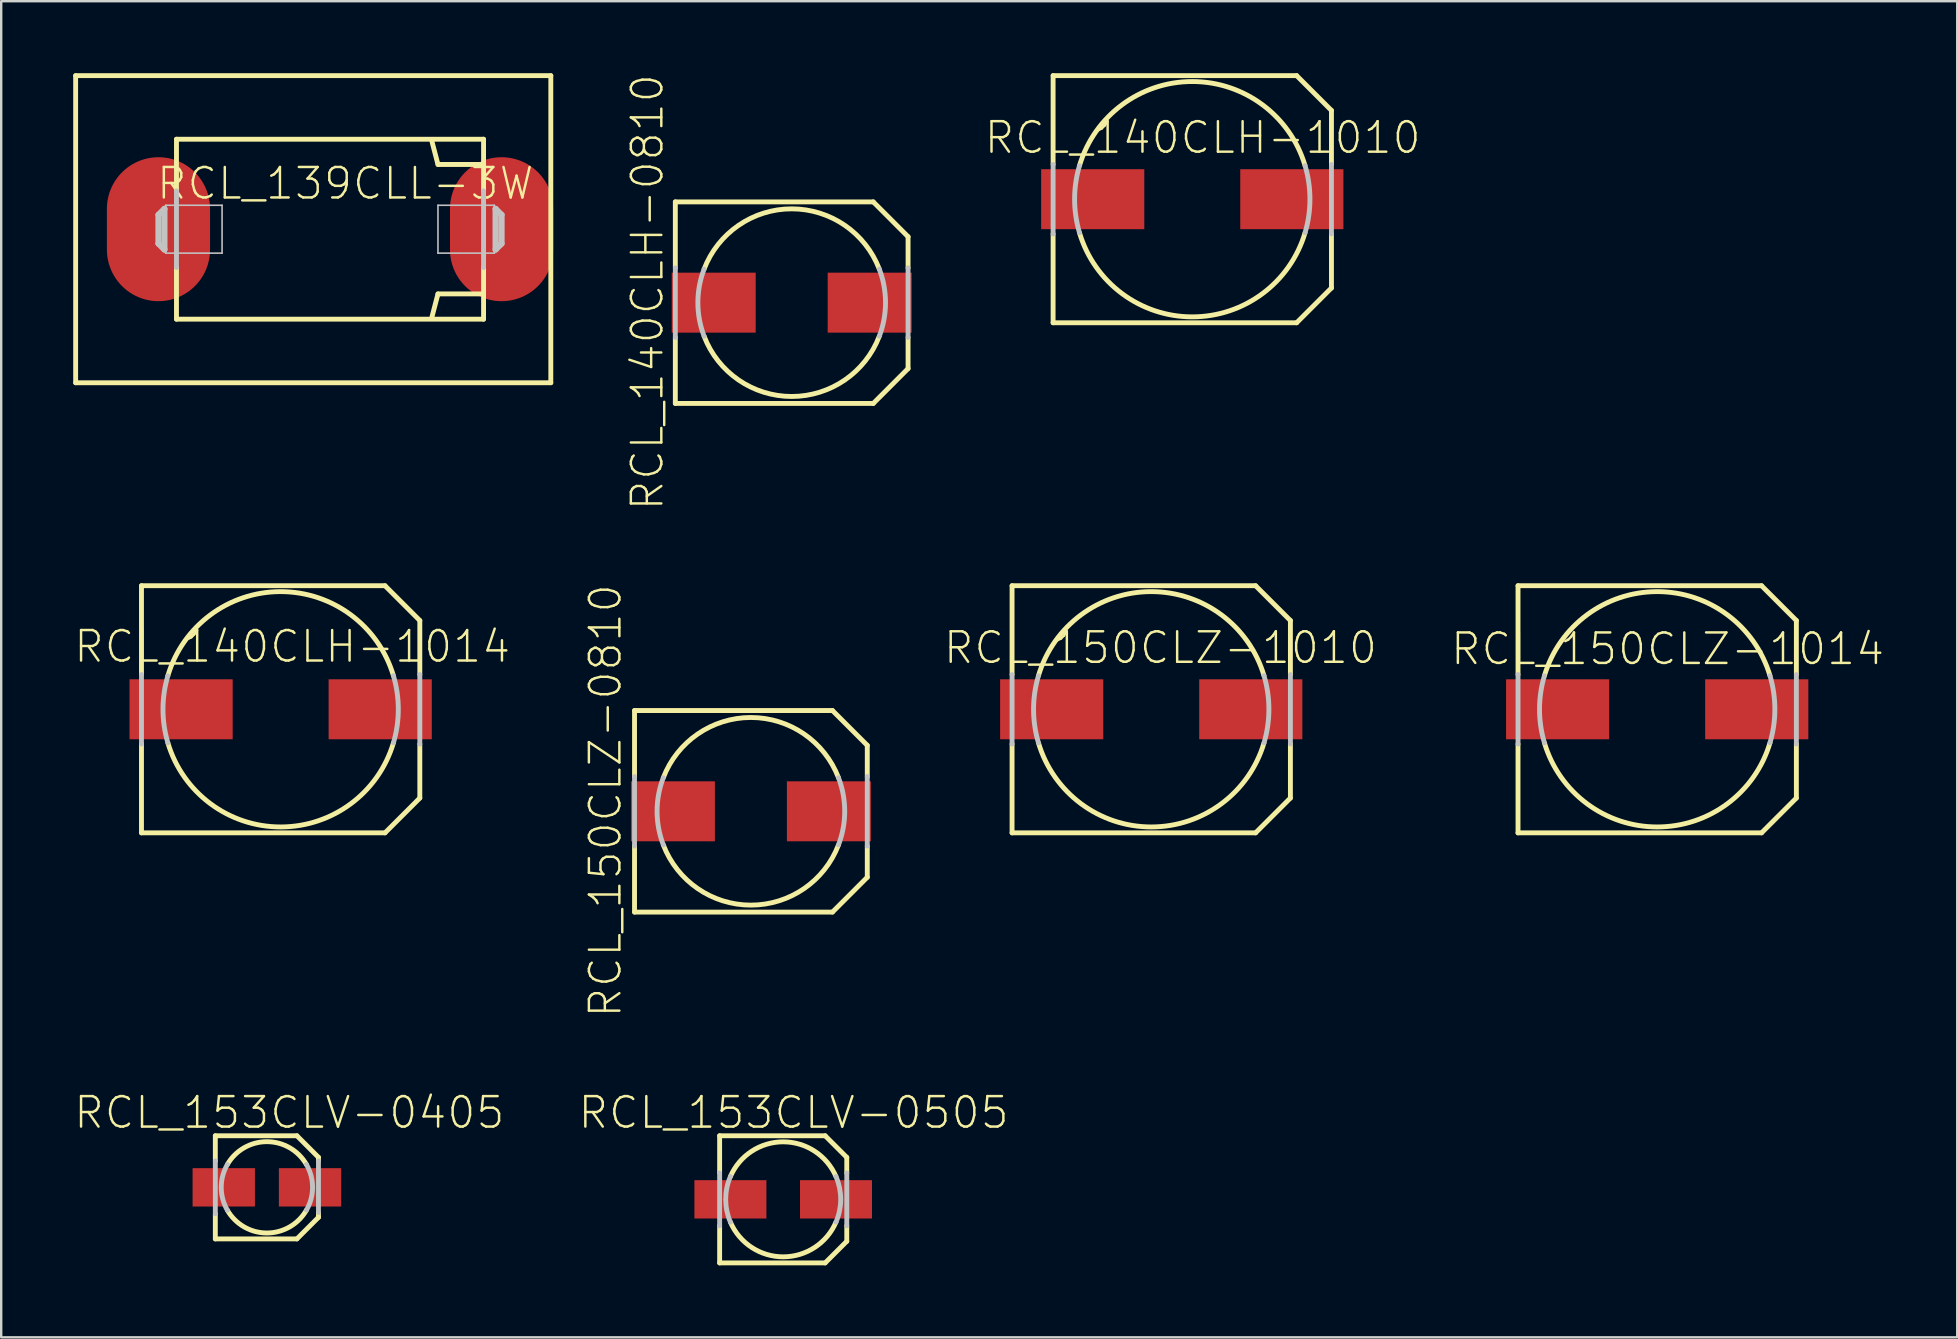
<source format=kicad_pcb>
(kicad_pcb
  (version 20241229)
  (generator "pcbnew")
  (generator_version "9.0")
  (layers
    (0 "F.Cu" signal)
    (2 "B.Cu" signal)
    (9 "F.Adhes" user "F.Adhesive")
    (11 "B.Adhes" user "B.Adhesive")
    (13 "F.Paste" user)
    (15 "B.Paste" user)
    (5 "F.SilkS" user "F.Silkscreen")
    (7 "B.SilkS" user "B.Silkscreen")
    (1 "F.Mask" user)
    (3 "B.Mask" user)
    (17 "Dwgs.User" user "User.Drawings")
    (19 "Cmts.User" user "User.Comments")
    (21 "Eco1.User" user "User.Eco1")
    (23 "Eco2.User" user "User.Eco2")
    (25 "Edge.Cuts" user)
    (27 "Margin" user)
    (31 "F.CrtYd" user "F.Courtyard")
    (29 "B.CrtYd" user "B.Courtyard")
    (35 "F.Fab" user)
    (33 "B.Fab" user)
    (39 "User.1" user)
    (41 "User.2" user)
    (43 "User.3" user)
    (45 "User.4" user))
  (footprint "RCL_150CLZ-0810"
    (layer "F.Cu")
    (at 28.238 30.755)
    (property "Reference" "RCL_150CLZ-0810" (at -6.063 -0.434 90) (layer "F.SilkS") (effects (font (size 1.27 1.27) (thickness 0.102))))
    (attr smd)
    (fp_line (start -4.849 -4.199) (end 3.399 -4.199) (stroke (width 0.203) (type solid)) (layer "F.SilkS"))
    (fp_line (start -4.849 -1.448) (end -4.849 -4.199) (stroke (width 0.203) (type solid)) (layer "F.SilkS"))
    (fp_line (start -4.849 4.199) (end -4.849 1.448) (stroke (width 0.203) (type solid)) (layer "F.SilkS"))
    (fp_line (start 3.399 4.199) (end -4.849 4.199) (stroke (width 0.203) (type solid)) (layer "F.SilkS"))
    (fp_line (start 4.849 -2.748) (end 3.399 -4.199) (stroke (width 0.203) (type solid)) (layer "F.SilkS"))
    (fp_line (start 4.849 -2.748) (end 4.849 -1.448) (stroke (width 0.203) (type solid)) (layer "F.SilkS"))
    (fp_line (start 4.849 1.448) (end 4.849 2.748) (stroke (width 0.203) (type solid)) (layer "F.SilkS"))
    (fp_line (start 4.849 2.748) (end 3.399 4.199) (stroke (width 0.203) (type solid)) (layer "F.SilkS"))
    (fp_arc (start -3.64998 -1.39954) (mid -0.001452 -3.9091) (end 3.648939 -1.402252) (stroke (width 0.2032) (type solid)) (layer "F.SilkS"))
    (fp_arc (start 3.64998 1.39954) (mid 0.001452 3.9091) (end -3.648939 1.402252) (stroke (width 0.2032) (type solid)) (layer "F.SilkS"))
    (fp_line (start -4.849 1.448) (end -4.849 -1.448) (stroke (width 0.203) (type solid)) (layer "Dwgs.User"))
    (fp_line (start 4.849 -1.448) (end 4.849 1.448) (stroke (width 0.203) (type solid)) (layer "Dwgs.User"))
    (fp_arc (start -3.64998 1.39954) (mid -3.9091 0.001959) (end -3.651381 -1.395882) (stroke (width 0.2032) (type solid)) (layer "Dwgs.User"))
    (fp_arc (start 3.64998 -1.39954) (mid 3.9091 -0.001959) (end 3.651381 1.395882) (stroke (width 0.2032) (type solid)) (layer "Dwgs.User"))
    (pad "+" smd rect (at 3.249 0) (size 3.498 2.499) (layers "F.Cu" "F.Mask" "F.Paste"))
    (pad "-" smd rect (at -3.249 0) (size 3.498 2.499) (layers "F.Cu" "F.Mask" "F.Paste")))
  (footprint "RCL_140CLH-1014"
    (layer "F.Cu")
    (at 8.644 26.504)
    (property "Reference" "RCL_140CLH-1014" (at 0.483 -2.614 0) (layer "F.SilkS") (effects (font (size 1.27 1.27) (thickness 0.102))))
    (attr smd)
    (fp_line (start -5.799 -5.149) (end 4.348 -5.149) (stroke (width 0.203) (type solid)) (layer "F.SilkS"))
    (fp_line (start -5.799 -1.448) (end -5.799 -5.149) (stroke (width 0.203) (type solid)) (layer "F.SilkS"))
    (fp_line (start -5.799 5.149) (end -5.799 1.448) (stroke (width 0.203) (type solid)) (layer "F.SilkS"))
    (fp_line (start 4.348 5.149) (end -5.799 5.149) (stroke (width 0.203) (type solid)) (layer "F.SilkS"))
    (fp_line (start 5.799 -3.698) (end 4.348 -5.149) (stroke (width 0.203) (type solid)) (layer "F.SilkS"))
    (fp_line (start 5.799 -3.698) (end 5.799 -1.448) (stroke (width 0.203) (type solid)) (layer "F.SilkS"))
    (fp_line (start 5.799 1.448) (end 5.799 3.698) (stroke (width 0.203) (type solid)) (layer "F.SilkS"))
    (fp_line (start 5.799 3.698) (end 4.348 5.149) (stroke (width 0.203) (type solid)) (layer "F.SilkS"))
    (fp_arc (start -4.699 -1.39954) (mid -0.001239 -4.90299) (end 4.698292 -1.401914) (stroke (width 0.2032) (type solid)) (layer "F.SilkS"))
    (fp_arc (start 4.699 1.39954) (mid 0.001239 4.90299) (end -4.698292 1.401914) (stroke (width 0.2032) (type solid)) (layer "F.SilkS"))
    (fp_line (start -5.799 1.448) (end -5.799 -1.448) (stroke (width 0.203) (type solid)) (layer "Dwgs.User"))
    (fp_line (start 5.799 -1.448) (end 5.799 1.448) (stroke (width 0.203) (type solid)) (layer "Dwgs.User"))
    (fp_arc (start -4.699 1.39954) (mid -4.902989 0.00304) (end -4.700732 -1.393712) (stroke (width 0.2032) (type solid)) (layer "Dwgs.User"))
    (fp_arc (start 4.699 -1.39954) (mid 4.902989 -0.00304) (end 4.700732 1.393712) (stroke (width 0.2032) (type solid)) (layer "Dwgs.User"))
    (pad "+" smd rect (at 4.148 0) (size 4.298 2.499) (layers "F.Cu" "F.Mask" "F.Paste"))
    (pad "-" smd rect (at -4.148 0) (size 4.298 2.499) (layers "F.Cu" "F.Mask" "F.Paste")))
  (footprint "RCL_139CLL-3W"
    (layer "F.Cu")
    (at 10.701 6.5)
    (property "Reference" "RCL_139CLL-3W" (at 0.635 -1.905 0) (layer "F.SilkS") (effects (font (size 1.27 1.27) (thickness 0.102))))
    (attr smd)
    (fp_line (start -10.599 -6.398) (end -10.599 6.398) (stroke (width 0.203) (type solid)) (layer "F.SilkS"))
    (fp_line (start -10.599 6.398) (end 9.2 6.398) (stroke (width 0.203) (type solid)) (layer "F.SilkS"))
    (fp_line (start -6.398 -3.749) (end 6.398 -3.749) (stroke (width 0.203) (type solid)) (layer "F.SilkS"))
    (fp_line (start -6.398 -1.598) (end -6.398 -3.749) (stroke (width 0.203) (type solid)) (layer "F.SilkS"))
    (fp_line (start -6.398 3.749) (end -6.398 1.598) (stroke (width 0.203) (type solid)) (layer "F.SilkS"))
    (fp_line (start 4.498 -2.697) (end 4.249 -3.65) (stroke (width 0.203) (type solid)) (layer "F.SilkS"))
    (fp_line (start 4.498 2.697) (end 4.249 3.65) (stroke (width 0.203) (type solid)) (layer "F.SilkS"))
    (fp_line (start 6.35 -2.697) (end 4.498 -2.697) (stroke (width 0.203) (type solid)) (layer "F.SilkS"))
    (fp_line (start 6.35 2.697) (end 4.498 2.697) (stroke (width 0.203) (type solid)) (layer "F.SilkS"))
    (fp_line (start 6.398 -3.749) (end 6.398 -1.598) (stroke (width 0.203) (type solid)) (layer "F.SilkS"))
    (fp_line (start 6.398 1.598) (end 6.398 3.749) (stroke (width 0.203) (type solid)) (layer "F.SilkS"))
    (fp_line (start 6.398 3.749) (end -6.398 3.749) (stroke (width 0.203) (type solid)) (layer "F.SilkS"))
    (fp_line (start 9.2 -6.398) (end -10.599 -6.398) (stroke (width 0.203) (type solid)) (layer "F.SilkS"))
    (fp_line (start 9.2 6.398) (end 9.2 -6.398) (stroke (width 0.203) (type solid)) (layer "F.SilkS"))
    (fp_line (start -7.148 -0.599) (end -6.899 -0.848) (stroke (width 0.254) (type solid)) (layer "Dwgs.User"))
    (fp_line (start -7.148 0.599) (end -7.148 -0.599) (stroke (width 0.254) (type solid)) (layer "Dwgs.User"))
    (fp_line (start -6.899 -0.848) (end -6.899 0.848) (stroke (width 0.254) (type solid)) (layer "Dwgs.User"))
    (fp_line (start -6.899 0.848) (end -7.148 0.599) (stroke (width 0.254) (type solid)) (layer "Dwgs.User"))
    (fp_line (start -6.848 -0.998) (end -4.498 -0.998) (stroke (width 0.066) (type solid)) (layer "Dwgs.User"))
    (fp_line (start -6.848 0.998) (end -6.848 -0.998) (stroke (width 0.066) (type solid)) (layer "Dwgs.User"))
    (fp_line (start -6.848 0.998) (end -4.498 0.998) (stroke (width 0.066) (type solid)) (layer "Dwgs.User"))
    (fp_line (start -6.398 1.598) (end -6.398 -1.598) (stroke (width 0.203) (type solid)) (layer "Dwgs.User"))
    (fp_line (start -4.498 0.998) (end -4.498 -0.998) (stroke (width 0.066) (type solid)) (layer "Dwgs.User"))
    (fp_line (start 4.498 -0.998) (end 6.848 -0.998) (stroke (width 0.066) (type solid)) (layer "Dwgs.User"))
    (fp_line (start 4.498 0.998) (end 4.498 -0.998) (stroke (width 0.066) (type solid)) (layer "Dwgs.User"))
    (fp_line (start 4.498 0.998) (end 6.848 0.998) (stroke (width 0.066) (type solid)) (layer "Dwgs.User"))
    (fp_line (start 6.398 -1.598) (end 6.398 1.598) (stroke (width 0.203) (type solid)) (layer "Dwgs.User"))
    (fp_line (start 6.848 0.998) (end 6.848 -0.998) (stroke (width 0.066) (type solid)) (layer "Dwgs.User"))
    (fp_line (start 6.899 -0.848) (end 7.148 -0.599) (stroke (width 0.254) (type solid)) (layer "Dwgs.User"))
    (fp_line (start 6.899 0.848) (end 6.899 -0.848) (stroke (width 0.254) (type solid)) (layer "Dwgs.User"))
    (fp_line (start 7.148 -0.599) (end 7.148 0.599) (stroke (width 0.254) (type solid)) (layer "Dwgs.User"))
    (fp_line (start 7.148 0.599) (end 6.899 0.848) (stroke (width 0.254) (type solid)) (layer "Dwgs.User"))
    (pad "+" smd oval (at 7.148 0) (size 4.298 5.999) (layers "F.Cu" "F.Mask" "F.Paste"))
    (pad "-" smd oval (at -7.148 0) (size 4.298 5.999) (layers "F.Cu" "F.Mask" "F.Paste")))
  (footprint "RCL_153CLV-0505"
    (layer "F.Cu")
    (at 29.584 46.923)
    (property "Reference" "RCL_153CLV-0505" (at 0.434 -3.614 0) (layer "F.SilkS") (effects (font (size 1.27 1.27) (thickness 0.102))))
    (attr smd)
    (fp_line (start -2.649 -2.649) (end 1.748 -2.649) (stroke (width 0.203) (type solid)) (layer "F.SilkS"))
    (fp_line (start -2.649 -1.1) (end -2.649 -2.649) (stroke (width 0.203) (type solid)) (layer "F.SilkS"))
    (fp_line (start -2.649 2.649) (end -2.649 1.1) (stroke (width 0.203) (type solid)) (layer "F.SilkS"))
    (fp_line (start 1.748 -2.649) (end 2.649 -1.748) (stroke (width 0.203) (type solid)) (layer "F.SilkS"))
    (fp_line (start 1.748 2.649) (end -2.649 2.649) (stroke (width 0.203) (type solid)) (layer "F.SilkS"))
    (fp_line (start 2.649 -1.748) (end 2.649 -1.1) (stroke (width 0.203) (type solid)) (layer "F.SilkS"))
    (fp_line (start 2.649 1.1) (end 2.649 1.748) (stroke (width 0.203) (type solid)) (layer "F.SilkS"))
    (fp_line (start 2.649 1.748) (end 1.748 2.649) (stroke (width 0.203) (type solid)) (layer "F.SilkS"))
    (fp_arc (start -2.19964 -0.94996) (mid -0.001752 -2.396004) (end 2.198248 -0.953176) (stroke (width 0.2032) (type solid)) (layer "F.SilkS"))
    (fp_arc (start 2.19964 0.94996) (mid 0.001752 2.396004) (end -2.198248 0.953176) (stroke (width 0.2032) (type solid)) (layer "F.SilkS"))
    (fp_line (start -2.649 1.1) (end -2.649 -1.1) (stroke (width 0.203) (type solid)) (layer "Dwgs.User"))
    (fp_line (start 2.649 -1.1) (end 2.649 1.1) (stroke (width 0.203) (type solid)) (layer "Dwgs.User"))
    (fp_arc (start -2.19964 0.94996) (mid -2.396005 0.000339) (end -2.199908 -0.949338) (stroke (width 0.2032) (type solid)) (layer "Dwgs.User"))
    (fp_arc (start 2.19964 -0.94996) (mid 2.396005 -0.000339) (end 2.199908 0.949338) (stroke (width 0.2032) (type solid)) (layer "Dwgs.User"))
    (pad "+" smd rect (at 2.2 0) (size 3 1.598) (layers "F.Cu" "F.Mask" "F.Paste"))
    (pad "-" smd rect (at -2.2 0) (size 3 1.598) (layers "F.Cu" "F.Mask" "F.Paste")))
  (footprint "RCL_140CLH-1010"
    (layer "F.Cu")
    (at 46.629 5.25)
    (property "Reference" "RCL_140CLH-1010" (at 0.434 -2.563 0) (layer "F.SilkS") (effects (font (size 1.27 1.27) (thickness 0.102))))
    (attr smd)
    (fp_line (start -5.799 -5.149) (end 4.348 -5.149) (stroke (width 0.203) (type solid)) (layer "F.SilkS"))
    (fp_line (start -5.799 -1.448) (end -5.799 -5.149) (stroke (width 0.203) (type solid)) (layer "F.SilkS"))
    (fp_line (start -5.799 5.149) (end -5.799 1.448) (stroke (width 0.203) (type solid)) (layer "F.SilkS"))
    (fp_line (start 4.348 5.149) (end -5.799 5.149) (stroke (width 0.203) (type solid)) (layer "F.SilkS"))
    (fp_line (start 5.799 -3.698) (end 4.348 -5.149) (stroke (width 0.203) (type solid)) (layer "F.SilkS"))
    (fp_line (start 5.799 -3.698) (end 5.799 -1.448) (stroke (width 0.203) (type solid)) (layer "F.SilkS"))
    (fp_line (start 5.799 1.448) (end 5.799 3.698) (stroke (width 0.203) (type solid)) (layer "F.SilkS"))
    (fp_line (start 5.799 3.698) (end 4.348 5.149) (stroke (width 0.203) (type solid)) (layer "F.SilkS"))
    (fp_arc (start -4.699 -1.39954) (mid -0.001239 -4.90299) (end 4.698292 -1.401914) (stroke (width 0.2032) (type solid)) (layer "F.SilkS"))
    (fp_arc (start 4.699 1.39954) (mid 0.001239 4.90299) (end -4.698292 1.401914) (stroke (width 0.2032) (type solid)) (layer "F.SilkS"))
    (fp_line (start -5.799 1.448) (end -5.799 -1.448) (stroke (width 0.203) (type solid)) (layer "Dwgs.User"))
    (fp_line (start 5.799 -1.448) (end 5.799 1.448) (stroke (width 0.203) (type solid)) (layer "Dwgs.User"))
    (fp_arc (start -4.699 1.39954) (mid -4.902989 0.00304) (end -4.700732 -1.393712) (stroke (width 0.2032) (type solid)) (layer "Dwgs.User"))
    (fp_arc (start 4.699 -1.39954) (mid 4.902989 -0.00304) (end 4.700732 1.393712) (stroke (width 0.2032) (type solid)) (layer "Dwgs.User"))
    (pad "+" smd rect (at 4.148 0) (size 4.298 2.499) (layers "F.Cu" "F.Mask" "F.Paste"))
    (pad "-" smd rect (at -4.148 0) (size 4.298 2.499) (layers "F.Cu" "F.Mask" "F.Paste")))
  (footprint "RCL_153CLV-0405"
    (layer "F.Cu")
    (at 8.071 46.423)
    (property "Reference" "RCL_153CLV-0405" (at 0.935 -3.114 0) (layer "F.SilkS") (effects (font (size 1.27 1.27) (thickness 0.102))))
    (attr smd)
    (fp_line (start -2.149 -2.149) (end 1.25 -2.149) (stroke (width 0.203) (type solid)) (layer "F.SilkS"))
    (fp_line (start -2.149 -1.1) (end -2.149 -2.149) (stroke (width 0.203) (type solid)) (layer "F.SilkS"))
    (fp_line (start -2.149 2.149) (end -2.149 1.1) (stroke (width 0.203) (type solid)) (layer "F.SilkS"))
    (fp_line (start 1.25 -2.149) (end 2.149 -1.25) (stroke (width 0.203) (type solid)) (layer "F.SilkS"))
    (fp_line (start 1.25 2.149) (end -2.149 2.149) (stroke (width 0.203) (type solid)) (layer "F.SilkS"))
    (fp_line (start 2.149 -1.25) (end 2.149 -1.1) (stroke (width 0.203) (type solid)) (layer "F.SilkS"))
    (fp_line (start 2.149 1.049) (end 2.149 1.25) (stroke (width 0.203) (type solid)) (layer "F.SilkS"))
    (fp_line (start 2.149 1.25) (end 1.25 2.149) (stroke (width 0.203) (type solid)) (layer "F.SilkS"))
    (fp_arc (start -1.64846 -0.94996) (mid 0.00012 -1.902589) (end 1.64858 -0.949752) (stroke (width 0.2032) (type solid)) (layer "F.SilkS"))
    (fp_arc (start 1.64846 0.94996) (mid -0.00012 1.902589) (end -1.64858 0.949752) (stroke (width 0.2032) (type solid)) (layer "F.SilkS"))
    (fp_line (start -2.149 1.1) (end -2.149 -1.1) (stroke (width 0.203) (type solid)) (layer "Dwgs.User"))
    (fp_line (start 2.149 -1.1) (end 2.149 1.049) (stroke (width 0.203) (type solid)) (layer "Dwgs.User"))
    (fp_arc (start -1.64846 0.94996) (mid -1.902588 0.00178) (end -1.650235 -0.946874) (stroke (width 0.2032) (type solid)) (layer "Dwgs.User"))
    (fp_arc (start 1.64846 -0.94996) (mid 1.902588 -0.00178) (end 1.650235 0.946874) (stroke (width 0.2032) (type solid)) (layer "Dwgs.User"))
    (pad "+" smd rect (at 1.798 0) (size 2.598 1.598) (layers "F.Cu" "F.Mask" "F.Paste"))
    (pad "-" smd rect (at -1.798 0) (size 2.598 1.598) (layers "F.Cu" "F.Mask" "F.Paste")))
  (footprint "RCL_150CLZ-1010"
    (layer "F.Cu")
    (at 44.919 26.504)
    (property "Reference" "RCL_150CLZ-1010" (at 0.384 -2.563 0) (layer "F.SilkS") (effects (font (size 1.27 1.27) (thickness 0.102))))
    (attr smd)
    (fp_line (start -5.799 -5.149) (end 4.348 -5.149) (stroke (width 0.203) (type solid)) (layer "F.SilkS"))
    (fp_line (start -5.799 -1.448) (end -5.799 -5.149) (stroke (width 0.203) (type solid)) (layer "F.SilkS"))
    (fp_line (start -5.799 5.149) (end -5.799 1.448) (stroke (width 0.203) (type solid)) (layer "F.SilkS"))
    (fp_line (start 4.348 5.149) (end -5.799 5.149) (stroke (width 0.203) (type solid)) (layer "F.SilkS"))
    (fp_line (start 5.799 -3.698) (end 4.348 -5.149) (stroke (width 0.203) (type solid)) (layer "F.SilkS"))
    (fp_line (start 5.799 -3.698) (end 5.799 -1.448) (stroke (width 0.203) (type solid)) (layer "F.SilkS"))
    (fp_line (start 5.799 1.448) (end 5.799 3.698) (stroke (width 0.203) (type solid)) (layer "F.SilkS"))
    (fp_line (start 5.799 3.698) (end 4.348 5.149) (stroke (width 0.203) (type solid)) (layer "F.SilkS"))
    (fp_arc (start -4.699 -1.39954) (mid -0.001239 -4.90299) (end 4.698292 -1.401914) (stroke (width 0.2032) (type solid)) (layer "F.SilkS"))
    (fp_arc (start 4.699 1.39954) (mid 0.001239 4.90299) (end -4.698292 1.401914) (stroke (width 0.2032) (type solid)) (layer "F.SilkS"))
    (fp_line (start -5.799 1.448) (end -5.799 -1.448) (stroke (width 0.203) (type solid)) (layer "Dwgs.User"))
    (fp_line (start 5.799 -1.448) (end 5.799 1.448) (stroke (width 0.203) (type solid)) (layer "Dwgs.User"))
    (fp_arc (start -4.699 1.39954) (mid -4.902989 0.00304) (end -4.700732 -1.393712) (stroke (width 0.2032) (type solid)) (layer "Dwgs.User"))
    (fp_arc (start 4.699 -1.39954) (mid 4.902989 -0.00304) (end 4.700732 1.393712) (stroke (width 0.2032) (type solid)) (layer "Dwgs.User"))
    (pad "+" smd rect (at 4.148 0) (size 4.298 2.499) (layers "F.Cu" "F.Mask" "F.Paste"))
    (pad "-" smd rect (at -4.148 0) (size 4.298 2.499) (layers "F.Cu" "F.Mask" "F.Paste")))
  (footprint "RCL_150CLZ-1014"
    (layer "F.Cu")
    (at 66.001 26.504)
    (property "Reference" "RCL_150CLZ-1014" (at 0.434 -2.515 0) (layer "F.SilkS") (effects (font (size 1.27 1.27) (thickness 0.102))))
    (attr smd)
    (fp_line (start -5.799 -5.149) (end 4.348 -5.149) (stroke (width 0.203) (type solid)) (layer "F.SilkS"))
    (fp_line (start -5.799 -1.448) (end -5.799 -5.149) (stroke (width 0.203) (type solid)) (layer "F.SilkS"))
    (fp_line (start -5.799 5.149) (end -5.799 1.448) (stroke (width 0.203) (type solid)) (layer "F.SilkS"))
    (fp_line (start 4.348 5.149) (end -5.799 5.149) (stroke (width 0.203) (type solid)) (layer "F.SilkS"))
    (fp_line (start 5.799 -3.698) (end 4.348 -5.149) (stroke (width 0.203) (type solid)) (layer "F.SilkS"))
    (fp_line (start 5.799 -3.698) (end 5.799 -1.448) (stroke (width 0.203) (type solid)) (layer "F.SilkS"))
    (fp_line (start 5.799 1.448) (end 5.799 3.698) (stroke (width 0.203) (type solid)) (layer "F.SilkS"))
    (fp_line (start 5.799 3.698) (end 4.348 5.149) (stroke (width 0.203) (type solid)) (layer "F.SilkS"))
    (fp_arc (start -4.699 -1.39954) (mid -0.001239 -4.90299) (end 4.698292 -1.401914) (stroke (width 0.2032) (type solid)) (layer "F.SilkS"))
    (fp_arc (start 4.699 1.39954) (mid 0.001239 4.90299) (end -4.698292 1.401914) (stroke (width 0.2032) (type solid)) (layer "F.SilkS"))
    (fp_line (start -5.799 1.448) (end -5.799 -1.448) (stroke (width 0.203) (type solid)) (layer "Dwgs.User"))
    (fp_line (start 5.799 -1.448) (end 5.799 1.448) (stroke (width 0.203) (type solid)) (layer "Dwgs.User"))
    (fp_arc (start -4.699 1.39954) (mid -4.902989 0.00304) (end -4.700732 -1.393712) (stroke (width 0.2032) (type solid)) (layer "Dwgs.User"))
    (fp_arc (start 4.699 -1.39954) (mid 4.902989 -0.00304) (end 4.700732 1.393712) (stroke (width 0.2032) (type solid)) (layer "Dwgs.User"))
    (pad "+" smd rect (at 4.148 0) (size 4.298 2.499) (layers "F.Cu" "F.Mask" "F.Paste"))
    (pad "-" smd rect (at -4.148 0) (size 4.298 2.499) (layers "F.Cu" "F.Mask" "F.Paste")))
  (footprint "RCL_140CLH-0810"
    (layer "F.Cu")
    (at 29.938 9.561)
    (property "Reference" "RCL_140CLH-0810" (at -6.015 -0.434 90) (layer "F.SilkS") (effects (font (size 1.27 1.27) (thickness 0.102))))
    (attr smd)
    (fp_line (start -4.849 -4.199) (end 3.399 -4.199) (stroke (width 0.203) (type solid)) (layer "F.SilkS"))
    (fp_line (start -4.849 -1.448) (end -4.849 -4.199) (stroke (width 0.203) (type solid)) (layer "F.SilkS"))
    (fp_line (start -4.849 4.199) (end -4.849 1.448) (stroke (width 0.203) (type solid)) (layer "F.SilkS"))
    (fp_line (start 3.399 4.199) (end -4.849 4.199) (stroke (width 0.203) (type solid)) (layer "F.SilkS"))
    (fp_line (start 4.849 -2.748) (end 3.399 -4.199) (stroke (width 0.203) (type solid)) (layer "F.SilkS"))
    (fp_line (start 4.849 -2.748) (end 4.849 -1.448) (stroke (width 0.203) (type solid)) (layer "F.SilkS"))
    (fp_line (start 4.849 1.448) (end 4.849 2.748) (stroke (width 0.203) (type solid)) (layer "F.SilkS"))
    (fp_line (start 4.849 2.748) (end 3.399 4.199) (stroke (width 0.203) (type solid)) (layer "F.SilkS"))
    (fp_arc (start -3.64998 -1.39954) (mid -0.001452 -3.9091) (end 3.648939 -1.402252) (stroke (width 0.2032) (type solid)) (layer "F.SilkS"))
    (fp_arc (start 3.64998 1.39954) (mid 0.001452 3.9091) (end -3.648939 1.402252) (stroke (width 0.2032) (type solid)) (layer "F.SilkS"))
    (fp_line (start -4.849 1.448) (end -4.849 -1.448) (stroke (width 0.203) (type solid)) (layer "Dwgs.User"))
    (fp_line (start 4.849 -1.448) (end 4.849 1.448) (stroke (width 0.203) (type solid)) (layer "Dwgs.User"))
    (fp_arc (start -3.64998 1.39954) (mid -3.9091 0.001959) (end -3.651381 -1.395882) (stroke (width 0.2032) (type solid)) (layer "Dwgs.User"))
    (fp_arc (start 3.64998 -1.39954) (mid 3.9091 -0.001959) (end 3.651381 1.395882) (stroke (width 0.2032) (type solid)) (layer "Dwgs.User"))
    (pad "+" smd rect (at 3.249 0) (size 3.498 2.499) (layers "F.Cu" "F.Mask" "F.Paste"))
    (pad "-" smd rect (at -3.249 0) (size 3.498 2.499) (layers "F.Cu" "F.Mask" "F.Paste")))
  (gr_rect
    (start -3 -3)
    (end 78.502 52.674)
    (stroke (width 0.1) (type default))
    (fill no)
    (layer "Edge.Cuts")))
</source>
